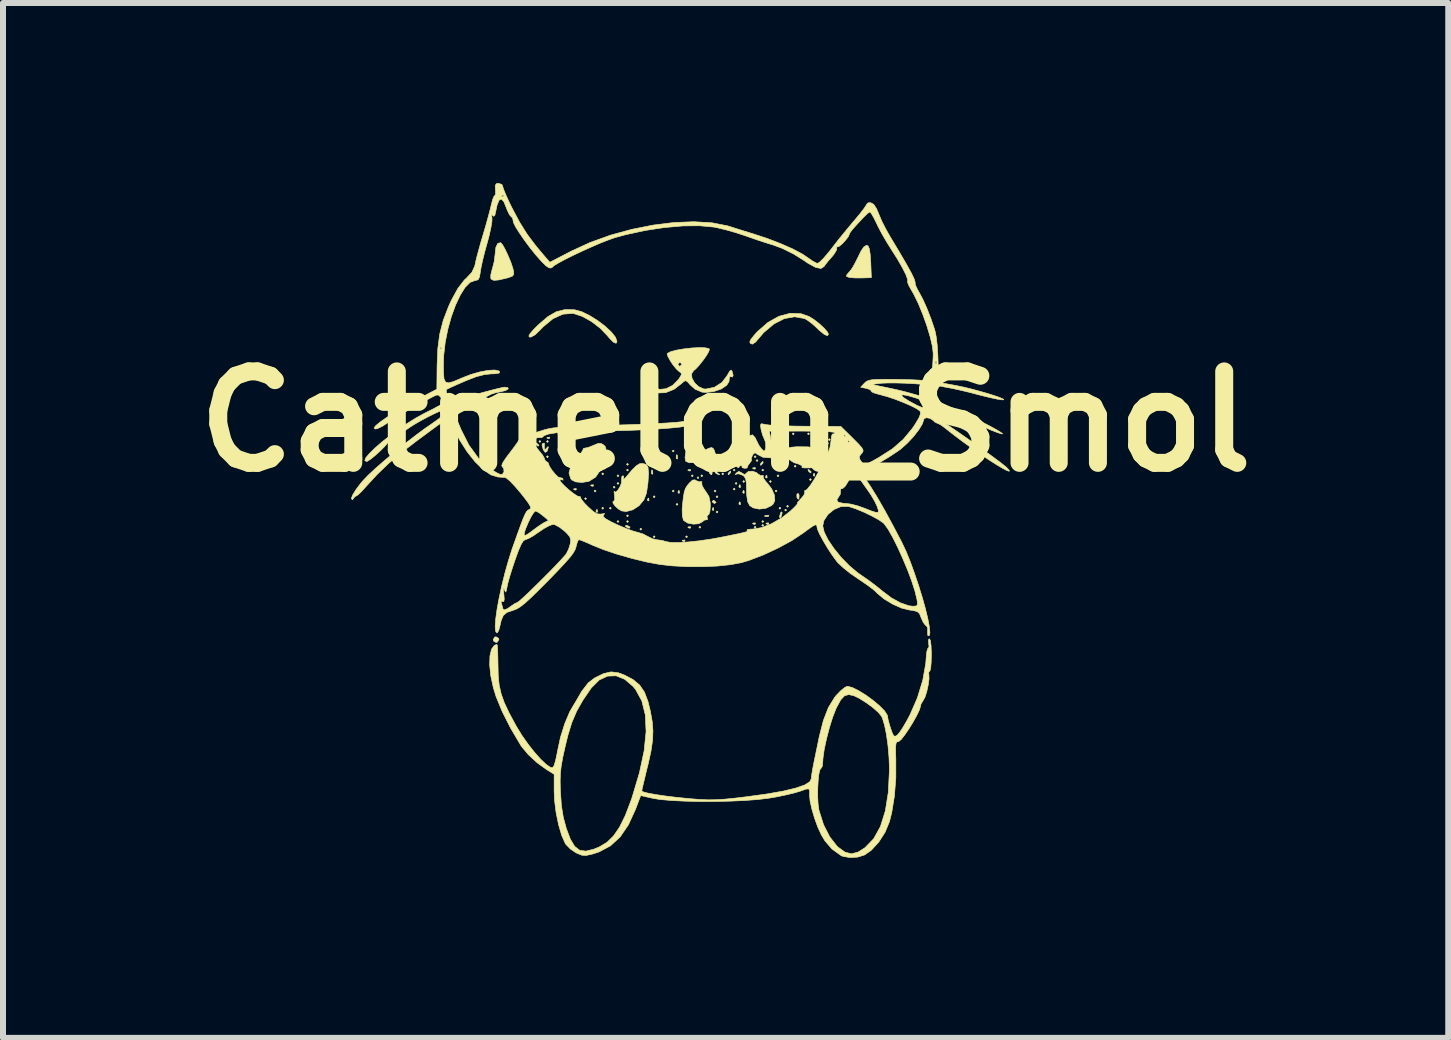
<source format=kicad_pcb>
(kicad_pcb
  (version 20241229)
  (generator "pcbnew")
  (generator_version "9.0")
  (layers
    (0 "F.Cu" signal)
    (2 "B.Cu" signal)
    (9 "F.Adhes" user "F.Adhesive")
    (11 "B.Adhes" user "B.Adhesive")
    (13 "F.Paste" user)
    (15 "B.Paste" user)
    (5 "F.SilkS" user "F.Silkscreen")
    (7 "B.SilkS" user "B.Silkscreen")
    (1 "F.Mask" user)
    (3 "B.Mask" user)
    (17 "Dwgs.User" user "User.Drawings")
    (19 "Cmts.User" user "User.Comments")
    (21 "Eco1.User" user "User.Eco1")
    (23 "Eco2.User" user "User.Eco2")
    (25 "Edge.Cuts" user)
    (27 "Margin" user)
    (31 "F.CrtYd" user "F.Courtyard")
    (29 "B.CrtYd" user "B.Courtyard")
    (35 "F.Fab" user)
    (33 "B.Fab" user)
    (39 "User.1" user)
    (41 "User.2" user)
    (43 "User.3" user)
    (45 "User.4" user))
  (footprint "Catmelon_Smol"
    (layer "F.Cu")
    (at 8.442 2.974)
    (property "Reference" "Catmelon_Smol" (at 0.6 1 0) (layer "F.SilkS") (effects (font (size 1.524 1.524) (thickness 0.3))))
    (attr through_hole)
    (fp_poly (pts (xy -2.48 1.333) (xy -2.496 1.349) (xy -2.511 1.333) (xy -2.496 1.317) (xy -2.48 1.333)) (stroke (width 0.01) (type solid)) (fill yes) (layer "F.SilkS"))
    (fp_poly (pts (xy -2.353 1.333) (xy -2.369 1.349) (xy -2.385 1.333) (xy -2.369 1.317) (xy -2.353 1.333)) (stroke (width 0.01) (type solid)) (fill yes) (layer "F.SilkS"))
    (fp_poly (pts (xy -2.353 1.587) (xy -2.369 1.603) (xy -2.385 1.587) (xy -2.369 1.571) (xy -2.353 1.587)) (stroke (width 0.01) (type solid)) (fill yes) (layer "F.SilkS"))
    (fp_poly (pts (xy -2.035 1.651) (xy -2.051 1.667) (xy -2.067 1.651) (xy -2.051 1.635) (xy -2.035 1.651)) (stroke (width 0.01) (type solid)) (fill yes) (layer "F.SilkS"))
    (fp_poly (pts (xy -2.003 1.714) (xy -2.019 1.73) (xy -2.035 1.714) (xy -2.019 1.698) (xy -2.003 1.714)) (stroke (width 0.01) (type solid)) (fill yes) (layer "F.SilkS"))
    (fp_poly (pts (xy -1.718 2.286) (xy -1.734 2.302) (xy -1.75 2.286) (xy -1.734 2.27) (xy -1.718 2.286)) (stroke (width 0.01) (type solid)) (fill yes) (layer "F.SilkS"))
    (fp_poly (pts (xy -1.559 2.159) (xy -1.575 2.175) (xy -1.591 2.159) (xy -1.575 2.143) (xy -1.559 2.159)) (stroke (width 0.01) (type solid)) (fill yes) (layer "F.SilkS"))
    (fp_poly (pts (xy -1.432 1.873) (xy -1.448 1.889) (xy -1.464 1.873) (xy -1.448 1.857) (xy -1.432 1.873)) (stroke (width 0.01) (type solid)) (fill yes) (layer "F.SilkS"))
    (fp_poly (pts (xy -1.432 2.445) (xy -1.448 2.461) (xy -1.464 2.445) (xy -1.448 2.429) (xy -1.432 2.445)) (stroke (width 0.01) (type solid)) (fill yes) (layer "F.SilkS"))
    (fp_poly (pts (xy -1.4 1.778) (xy -1.416 1.794) (xy -1.432 1.778) (xy -1.416 1.762) (xy -1.4 1.778)) (stroke (width 0.01) (type solid)) (fill yes) (layer "F.SilkS"))
    (fp_poly (pts (xy -1.305 1.683) (xy -1.321 1.698) (xy -1.337 1.683) (xy -1.321 1.667) (xy -1.305 1.683)) (stroke (width 0.01) (type solid)) (fill yes) (layer "F.SilkS"))
    (fp_poly (pts (xy -1.305 2.445) (xy -1.321 2.461) (xy -1.337 2.445) (xy -1.321 2.429) (xy -1.305 2.445)) (stroke (width 0.01) (type solid)) (fill yes) (layer "F.SilkS"))
    (fp_poly (pts (xy -1.242 2.095) (xy -1.257 2.111) (xy -1.273 2.095) (xy -1.257 2.079) (xy -1.242 2.095)) (stroke (width 0.01) (type solid)) (fill yes) (layer "F.SilkS"))
    (fp_poly (pts (xy -1.178 1.905) (xy -1.194 1.921) (xy -1.21 1.905) (xy -1.194 1.889) (xy -1.178 1.905)) (stroke (width 0.01) (type solid)) (fill yes) (layer "F.SilkS"))
    (fp_poly (pts (xy -1.178 2.032) (xy -1.194 2.048) (xy -1.21 2.032) (xy -1.194 2.016) (xy -1.178 2.032)) (stroke (width 0.01) (type solid)) (fill yes) (layer "F.SilkS"))
    (fp_poly (pts (xy -1.178 2.667) (xy -1.194 2.683) (xy -1.21 2.667) (xy -1.194 2.651) (xy -1.178 2.667)) (stroke (width 0.01) (type solid)) (fill yes) (layer "F.SilkS"))
    (fp_poly (pts (xy -1.019 1.714) (xy -1.035 1.73) (xy -1.051 1.714) (xy -1.035 1.698) (xy -1.019 1.714)) (stroke (width 0.01) (type solid)) (fill yes) (layer "F.SilkS"))
    (fp_poly (pts (xy -1.019 1.81) (xy -1.035 1.825) (xy -1.051 1.81) (xy -1.035 1.794) (xy -1.019 1.81)) (stroke (width 0.01) (type solid)) (fill yes) (layer "F.SilkS"))
    (fp_poly (pts (xy -1.019 2.572) (xy -1.035 2.587) (xy -1.051 2.572) (xy -1.035 2.556) (xy -1.019 2.572)) (stroke (width 0.01) (type solid)) (fill yes) (layer "F.SilkS"))
    (fp_poly (pts (xy -1.019 2.667) (xy -1.035 2.683) (xy -1.051 2.667) (xy -1.035 2.651) (xy -1.019 2.667)) (stroke (width 0.01) (type solid)) (fill yes) (layer "F.SilkS"))
    (fp_poly (pts (xy -0.797 2.794) (xy -0.813 2.81) (xy -0.829 2.794) (xy -0.813 2.778) (xy -0.797 2.794)) (stroke (width 0.01) (type solid)) (fill yes) (layer "F.SilkS"))
    (fp_poly (pts (xy -0.575 2.254) (xy -0.591 2.27) (xy -0.607 2.254) (xy -0.591 2.238) (xy -0.575 2.254)) (stroke (width 0.01) (type solid)) (fill yes) (layer "F.SilkS"))
    (fp_poly (pts (xy -0.575 2.921) (xy -0.591 2.937) (xy -0.607 2.921) (xy -0.591 2.905) (xy -0.575 2.921)) (stroke (width 0.01) (type solid)) (fill yes) (layer "F.SilkS"))
    (fp_poly (pts (xy -0.543 1.714) (xy -0.559 1.73) (xy -0.575 1.714) (xy -0.559 1.698) (xy -0.543 1.714)) (stroke (width 0.01) (type solid)) (fill yes) (layer "F.SilkS"))
    (fp_poly (pts (xy -0.257 1.492) (xy -0.273 1.508) (xy -0.289 1.492) (xy -0.273 1.476) (xy -0.257 1.492)) (stroke (width 0.01) (type solid)) (fill yes) (layer "F.SilkS"))
    (fp_poly (pts (xy -0.257 2.159) (xy -0.273 2.175) (xy -0.289 2.159) (xy -0.273 2.143) (xy -0.257 2.159)) (stroke (width 0.01) (type solid)) (fill yes) (layer "F.SilkS"))
    (fp_poly (pts (xy -0.194 2.381) (xy -0.21 2.397) (xy -0.226 2.381) (xy -0.21 2.365) (xy -0.194 2.381)) (stroke (width 0.01) (type solid)) (fill yes) (layer "F.SilkS"))
    (fp_poly (pts (xy -0.035 2.921) (xy -0.051 2.937) (xy -0.067 2.921) (xy -0.051 2.905) (xy -0.035 2.921)) (stroke (width 0.01) (type solid)) (fill yes) (layer "F.SilkS"))
    (fp_poly (pts (xy 0.06 1.905) (xy 0.044 1.921) (xy 0.029 1.905) (xy 0.044 1.889) (xy 0.06 1.905)) (stroke (width 0.01) (type solid)) (fill yes) (layer "F.SilkS"))
    (fp_poly (pts (xy 0.155 1.937) (xy 0.14 1.952) (xy 0.124 1.937) (xy 0.14 1.921) (xy 0.155 1.937)) (stroke (width 0.01) (type solid)) (fill yes) (layer "F.SilkS"))
    (fp_poly (pts (xy 0.187 2.762) (xy 0.171 2.778) (xy 0.155 2.762) (xy 0.171 2.746) (xy 0.187 2.762)) (stroke (width 0.01) (type solid)) (fill yes) (layer "F.SilkS"))
    (fp_poly (pts (xy 0.219 1.905) (xy 0.203 1.921) (xy 0.187 1.905) (xy 0.203 1.889) (xy 0.219 1.905)) (stroke (width 0.01) (type solid)) (fill yes) (layer "F.SilkS"))
    (fp_poly (pts (xy 0.441 2.159) (xy 0.425 2.175) (xy 0.409 2.159) (xy 0.425 2.143) (xy 0.441 2.159)) (stroke (width 0.01) (type solid)) (fill yes) (layer "F.SilkS"))
    (fp_poly (pts (xy 0.473 2.254) (xy 0.457 2.27) (xy 0.441 2.254) (xy 0.457 2.238) (xy 0.473 2.254)) (stroke (width 0.01) (type solid)) (fill yes) (layer "F.SilkS"))
    (fp_poly (pts (xy 0.473 2.508) (xy 0.457 2.524) (xy 0.441 2.508) (xy 0.457 2.492) (xy 0.473 2.508)) (stroke (width 0.01) (type solid)) (fill yes) (layer "F.SilkS"))
    (fp_poly (pts (xy 0.568 1.873) (xy 0.552 1.889) (xy 0.536 1.873) (xy 0.552 1.857) (xy 0.568 1.873)) (stroke (width 0.01) (type solid)) (fill yes) (layer "F.SilkS"))
    (fp_poly (pts (xy 0.632 1.81) (xy 0.616 1.825) (xy 0.6 1.81) (xy 0.616 1.794) (xy 0.632 1.81)) (stroke (width 0.01) (type solid)) (fill yes) (layer "F.SilkS"))
    (fp_poly (pts (xy 0.695 1.746) (xy 0.679 1.762) (xy 0.663 1.746) (xy 0.679 1.73) (xy 0.695 1.746)) (stroke (width 0.01) (type solid)) (fill yes) (layer "F.SilkS"))
    (fp_poly (pts (xy 0.759 1.81) (xy 0.743 1.825) (xy 0.727 1.81) (xy 0.743 1.794) (xy 0.759 1.81)) (stroke (width 0.01) (type solid)) (fill yes) (layer "F.SilkS"))
    (fp_poly (pts (xy 0.759 2.127) (xy 0.743 2.143) (xy 0.727 2.127) (xy 0.743 2.111) (xy 0.759 2.127)) (stroke (width 0.01) (type solid)) (fill yes) (layer "F.SilkS"))
    (fp_poly (pts (xy 0.79 2.032) (xy 0.775 2.048) (xy 0.759 2.032) (xy 0.775 2.016) (xy 0.79 2.032)) (stroke (width 0.01) (type solid)) (fill yes) (layer "F.SilkS"))
    (fp_poly (pts (xy 0.917 2) (xy 0.902 2.016) (xy 0.886 2) (xy 0.902 1.984) (xy 0.917 2)) (stroke (width 0.01) (type solid)) (fill yes) (layer "F.SilkS"))
    (fp_poly (pts (xy 1.108 1.587) (xy 1.092 1.603) (xy 1.076 1.587) (xy 1.092 1.571) (xy 1.108 1.587)) (stroke (width 0.01) (type solid)) (fill yes) (layer "F.SilkS"))
    (fp_poly (pts (xy 1.108 2.762) (xy 1.092 2.778) (xy 1.076 2.762) (xy 1.092 2.746) (xy 1.108 2.762)) (stroke (width 0.01) (type solid)) (fill yes) (layer "F.SilkS"))
    (fp_poly (pts (xy 1.14 1.651) (xy 1.124 1.667) (xy 1.108 1.651) (xy 1.124 1.635) (xy 1.14 1.651)) (stroke (width 0.01) (type solid)) (fill yes) (layer "F.SilkS"))
    (fp_poly (pts (xy 1.235 1.81) (xy 1.219 1.825) (xy 1.203 1.81) (xy 1.219 1.794) (xy 1.235 1.81)) (stroke (width 0.01) (type solid)) (fill yes) (layer "F.SilkS"))
    (fp_poly (pts (xy 1.235 2.667) (xy 1.219 2.683) (xy 1.203 2.667) (xy 1.219 2.651) (xy 1.235 2.667)) (stroke (width 0.01) (type solid)) (fill yes) (layer "F.SilkS"))
    (fp_poly (pts (xy 1.235 2.73) (xy 1.219 2.746) (xy 1.203 2.73) (xy 1.219 2.715) (xy 1.235 2.73)) (stroke (width 0.01) (type solid)) (fill yes) (layer "F.SilkS"))
    (fp_poly (pts (xy 1.362 2) (xy 1.346 2.016) (xy 1.33 2) (xy 1.346 1.984) (xy 1.362 2)) (stroke (width 0.01) (type solid)) (fill yes) (layer "F.SilkS"))
    (fp_poly (pts (xy 1.457 1.238) (xy 1.441 1.254) (xy 1.425 1.238) (xy 1.441 1.222) (xy 1.457 1.238)) (stroke (width 0.01) (type solid)) (fill yes) (layer "F.SilkS"))
    (fp_poly (pts (xy 1.457 1.492) (xy 1.441 1.508) (xy 1.425 1.492) (xy 1.441 1.476) (xy 1.457 1.492)) (stroke (width 0.01) (type solid)) (fill yes) (layer "F.SilkS"))
    (fp_poly (pts (xy 1.457 2.159) (xy 1.441 2.175) (xy 1.425 2.159) (xy 1.441 2.143) (xy 1.457 2.159)) (stroke (width 0.01) (type solid)) (fill yes) (layer "F.SilkS"))
    (fp_poly (pts (xy 1.489 1.905) (xy 1.473 1.921) (xy 1.457 1.905) (xy 1.473 1.889) (xy 1.489 1.905)) (stroke (width 0.01) (type solid)) (fill yes) (layer "F.SilkS"))
    (fp_poly (pts (xy 1.521 2.445) (xy 1.505 2.461) (xy 1.489 2.445) (xy 1.505 2.429) (xy 1.521 2.445)) (stroke (width 0.01) (type solid)) (fill yes) (layer "F.SilkS"))
    (fp_poly (pts (xy 1.616 2.476) (xy 1.6 2.492) (xy 1.584 2.476) (xy 1.6 2.461) (xy 1.616 2.476)) (stroke (width 0.01) (type solid)) (fill yes) (layer "F.SilkS"))
    (fp_poly (pts (xy 1.648 2.413) (xy 1.632 2.429) (xy 1.616 2.413) (xy 1.632 2.397) (xy 1.648 2.413)) (stroke (width 0.01) (type solid)) (fill yes) (layer "F.SilkS"))
    (fp_poly (pts (xy 1.743 1.206) (xy 1.727 1.222) (xy 1.711 1.206) (xy 1.727 1.19) (xy 1.743 1.206)) (stroke (width 0.01) (type solid)) (fill yes) (layer "F.SilkS"))
    (fp_poly (pts (xy 1.775 1.746) (xy 1.759 1.762) (xy 1.743 1.746) (xy 1.759 1.73) (xy 1.775 1.746)) (stroke (width 0.01) (type solid)) (fill yes) (layer "F.SilkS"))
    (fp_poly (pts (xy 1.997 1.206) (xy 1.981 1.222) (xy 1.965 1.206) (xy 1.981 1.19) (xy 1.997 1.206)) (stroke (width 0.01) (type solid)) (fill yes) (layer "F.SilkS"))
    (fp_poly (pts (xy 2.029 1.968) (xy 2.013 1.984) (xy 1.997 1.968) (xy 2.013 1.952) (xy 2.029 1.968)) (stroke (width 0.01) (type solid)) (fill yes) (layer "F.SilkS"))
    (fp_poly (pts (xy 2.283 1.302) (xy 2.267 1.317) (xy 2.251 1.302) (xy 2.267 1.286) (xy 2.283 1.302)) (stroke (width 0.01) (type solid)) (fill yes) (layer "F.SilkS"))
    (fp_poly (pts (xy 2.283 1.524) (xy 2.267 1.54) (xy 2.251 1.524) (xy 2.267 1.508) (xy 2.283 1.524)) (stroke (width 0.01) (type solid)) (fill yes) (layer "F.SilkS"))
    (fp_poly (pts (xy 2.314 1.365) (xy 2.299 1.381) (xy 2.283 1.365) (xy 2.299 1.349) (xy 2.314 1.365)) (stroke (width 0.01) (type solid)) (fill yes) (layer "F.SilkS"))
    (fp_poly (pts (xy 2.346 1.302) (xy 2.33 1.317) (xy 2.314 1.302) (xy 2.33 1.286) (xy 2.346 1.302)) (stroke (width 0.01) (type solid)) (fill yes) (layer "F.SilkS"))
    (fp_poly (pts (xy -2.332 1.265) (xy -2.336 1.283) (xy -2.353 1.286) (xy -2.379 1.274) (xy -2.374 1.265) (xy -2.336 1.261) (xy -2.332 1.265)) (stroke (width 0.01) (type solid)) (fill yes) (layer "F.SilkS"))
    (fp_poly (pts (xy -1.951 1.55) (xy -1.947 1.588) (xy -1.951 1.593) (xy -1.969 1.588) (xy -1.972 1.571) (xy -1.96 1.545) (xy -1.951 1.55)) (stroke (width 0.01) (type solid)) (fill yes) (layer "F.SilkS"))
    (fp_poly (pts (xy -1.887 2.122) (xy -1.891 2.141) (xy -1.908 2.143) (xy -1.934 2.131) (xy -1.929 2.122) (xy -1.892 2.118) (xy -1.887 2.122)) (stroke (width 0.01) (type solid)) (fill yes) (layer "F.SilkS"))
    (fp_poly (pts (xy -1.601 2.058) (xy -1.606 2.077) (xy -1.623 2.079) (xy -1.649 2.068) (xy -1.644 2.058) (xy -1.606 2.055) (xy -1.601 2.058)) (stroke (width 0.01) (type solid)) (fill yes) (layer "F.SilkS"))
    (fp_poly (pts (xy -1.538 2.471) (xy -1.534 2.509) (xy -1.538 2.513) (xy -1.557 2.509) (xy -1.559 2.492) (xy -1.547 2.466) (xy -1.538 2.471)) (stroke (width 0.01) (type solid)) (fill yes) (layer "F.SilkS"))
    (fp_poly (pts (xy -0.681 2.281) (xy -0.677 2.318) (xy -0.681 2.323) (xy -0.699 2.319) (xy -0.702 2.302) (xy -0.69 2.276) (xy -0.681 2.281)) (stroke (width 0.01) (type solid)) (fill yes) (layer "F.SilkS"))
    (fp_poly (pts (xy -0.617 1.82) (xy -0.613 1.869) (xy -0.619 1.88) (xy -0.633 1.871) (xy -0.636 1.839) (xy -0.628 1.805) (xy -0.617 1.82)) (stroke (width 0.01) (type solid)) (fill yes) (layer "F.SilkS"))
    (fp_poly (pts (xy -0.204 1.566) (xy -0.2 1.615) (xy -0.206 1.626) (xy -0.221 1.617) (xy -0.223 1.585) (xy -0.215 1.551) (xy -0.204 1.566)) (stroke (width 0.01) (type solid)) (fill yes) (layer "F.SilkS"))
    (fp_poly (pts (xy -0.173 2.154) (xy -0.169 2.191) (xy -0.173 2.196) (xy -0.191 2.192) (xy -0.194 2.175) (xy -0.182 2.149) (xy -0.173 2.154)) (stroke (width 0.01) (type solid)) (fill yes) (layer "F.SilkS"))
    (fp_poly (pts (xy -0.077 2.979) (xy -0.082 2.998) (xy -0.099 3) (xy -0.125 2.989) (xy -0.12 2.979) (xy -0.082 2.975) (xy -0.077 2.979)) (stroke (width 0.01) (type solid)) (fill yes) (layer "F.SilkS"))
    (fp_poly (pts (xy 0.018 1.804) (xy 0.014 1.823) (xy -0.003 1.825) (xy -0.029 1.814) (xy -0.024 1.804) (xy 0.013 1.801) (xy 0.018 1.804)) (stroke (width 0.01) (type solid)) (fill yes) (layer "F.SilkS"))
    (fp_poly (pts (xy 0.018 2.757) (xy 0.014 2.776) (xy -0.003 2.778) (xy -0.029 2.766) (xy -0.024 2.757) (xy 0.013 2.753) (xy 0.018 2.757)) (stroke (width 0.01) (type solid)) (fill yes) (layer "F.SilkS"))
    (fp_poly (pts (xy 0.272 1.614) (xy 0.276 1.652) (xy 0.272 1.656) (xy 0.253 1.652) (xy 0.251 1.635) (xy 0.262 1.609) (xy 0.272 1.614)) (stroke (width 0.01) (type solid)) (fill yes) (layer "F.SilkS"))
    (fp_poly (pts (xy 0.399 2.439) (xy 0.403 2.477) (xy 0.399 2.482) (xy 0.38 2.477) (xy 0.378 2.461) (xy 0.389 2.434) (xy 0.399 2.439)) (stroke (width 0.01) (type solid)) (fill yes) (layer "F.SilkS"))
    (fp_poly (pts (xy 0.843 2.058) (xy 0.847 2.096) (xy 0.843 2.101) (xy 0.825 2.096) (xy 0.822 2.079) (xy 0.834 2.053) (xy 0.843 2.058)) (stroke (width 0.01) (type solid)) (fill yes) (layer "F.SilkS"))
    (fp_poly (pts (xy 0.843 2.344) (xy 0.847 2.382) (xy 0.843 2.386) (xy 0.825 2.382) (xy 0.822 2.365) (xy 0.834 2.339) (xy 0.843 2.344)) (stroke (width 0.01) (type solid)) (fill yes) (layer "F.SilkS"))
    (fp_poly (pts (xy 0.907 2.154) (xy 0.911 2.191) (xy 0.907 2.196) (xy 0.888 2.192) (xy 0.886 2.175) (xy 0.897 2.149) (xy 0.907 2.154)) (stroke (width 0.01) (type solid)) (fill yes) (layer "F.SilkS"))
    (fp_poly (pts (xy 1.097 1.773) (xy 1.093 1.791) (xy 1.076 1.794) (xy 1.05 1.782) (xy 1.055 1.773) (xy 1.093 1.769) (xy 1.097 1.773)) (stroke (width 0.01) (type solid)) (fill yes) (layer "F.SilkS"))
    (fp_poly (pts (xy 1.097 2.693) (xy 1.093 2.712) (xy 1.076 2.715) (xy 1.05 2.703) (xy 1.055 2.693) (xy 1.093 2.69) (xy 1.097 2.693)) (stroke (width 0.01) (type solid)) (fill yes) (layer "F.SilkS"))
    (fp_poly (pts (xy 1.288 1.9) (xy 1.292 1.937) (xy 1.288 1.942) (xy 1.269 1.938) (xy 1.267 1.921) (xy 1.278 1.895) (xy 1.288 1.9)) (stroke (width 0.01) (type solid)) (fill yes) (layer "F.SilkS"))
    (fp_poly (pts (xy 1.32 2.693) (xy 1.315 2.712) (xy 1.298 2.715) (xy 1.272 2.703) (xy 1.277 2.693) (xy 1.315 2.69) (xy 1.32 2.693)) (stroke (width 0.01) (type solid)) (fill yes) (layer "F.SilkS"))
    (fp_poly (pts (xy 1.322 2.568) (xy 1.312 2.583) (xy 1.28 2.585) (xy 1.246 2.577) (xy 1.261 2.566) (xy 1.31 2.562) (xy 1.322 2.568)) (stroke (width 0.01) (type solid)) (fill yes) (layer "F.SilkS"))
    (fp_poly (pts (xy 1.605 1.201) (xy 1.601 1.22) (xy 1.584 1.222) (xy 1.558 1.211) (xy 1.563 1.201) (xy 1.601 1.197) (xy 1.605 1.201)) (stroke (width 0.01) (type solid)) (fill yes) (layer "F.SilkS"))
    (fp_poly (pts (xy 2.082 1.868) (xy 2.085 1.906) (xy 2.082 1.91) (xy 2.063 1.906) (xy 2.061 1.889) (xy 2.072 1.863) (xy 2.082 1.868)) (stroke (width 0.01) (type solid)) (fill yes) (layer "F.SilkS"))
    (fp_poly (pts (xy -2.548 1.362) (xy -2.514 1.392) (xy -2.511 1.399) (xy -2.527 1.412) (xy -2.558 1.383) (xy -2.562 1.376) (xy -2.566 1.354) (xy -2.548 1.362)) (stroke (width 0.01) (type solid)) (fill yes) (layer "F.SilkS"))
    (fp_poly (pts (xy -1.037 2.734) (xy -0.992 2.76) (xy -1 2.776) (xy -1.017 2.778) (xy -1.06 2.755) (xy -1.067 2.747) (xy -1.062 2.729) (xy -1.037 2.734)) (stroke (width 0.01) (type solid)) (fill yes) (layer "F.SilkS"))
    (fp_poly (pts (xy 0.214 1.68) (xy 0.248 1.712) (xy 0.241 1.73) (xy 0.237 1.73) (xy 0.21 1.708) (xy 0.2 1.694) (xy 0.196 1.672) (xy 0.214 1.68)) (stroke (width 0.01) (type solid)) (fill yes) (layer "F.SilkS"))
    (fp_poly (pts (xy 1.421 1.362) (xy 1.454 1.392) (xy 1.457 1.399) (xy 1.442 1.412) (xy 1.411 1.383) (xy 1.407 1.376) (xy 1.403 1.354) (xy 1.421 1.362)) (stroke (width 0.01) (type solid)) (fill yes) (layer "F.SilkS"))
    (fp_poly (pts (xy 1.819 2.205) (xy 1.825 2.239) (xy 1.821 2.294) (xy 1.805 2.29) (xy 1.789 2.267) (xy 1.787 2.217) (xy 1.796 2.204) (xy 1.819 2.205)) (stroke (width 0.01) (type solid)) (fill yes) (layer "F.SilkS"))
    (fp_poly (pts (xy 1.992 1.807) (xy 2.026 1.839) (xy 2.019 1.857) (xy 2.015 1.857) (xy 1.988 1.835) (xy 1.978 1.821) (xy 1.974 1.799) (xy 1.992 1.807)) (stroke (width 0.01) (type solid)) (fill yes) (layer "F.SilkS"))
    (fp_poly (pts (xy -3.184 4.613) (xy -3.178 4.635) (xy -3.204 4.677) (xy -3.226 4.683) (xy -3.268 4.658) (xy -3.273 4.635) (xy -3.248 4.593) (xy -3.226 4.588) (xy -3.184 4.613)) (stroke (width 0.01) (type solid)) (fill yes) (layer "F.SilkS"))
    (fp_poly (pts (xy 0.376 1.849) (xy 0.378 1.857) (xy 0.367 1.888) (xy 0.364 1.889) (xy 0.337 1.867) (xy 0.33 1.857) (xy 0.333 1.828) (xy 0.344 1.825) (xy 0.376 1.849)) (stroke (width 0.01) (type solid)) (fill yes) (layer "F.SilkS"))
    (fp_poly (pts (xy 0.409 2.318) (xy 0.44 2.346) (xy 0.441 2.351) (xy 0.417 2.365) (xy 0.409 2.365) (xy 0.379 2.341) (xy 0.378 2.332) (xy 0.397 2.313) (xy 0.409 2.318)) (stroke (width 0.01) (type solid)) (fill yes) (layer "F.SilkS"))
    (fp_poly (pts (xy 0.685 1.846) (xy 0.679 1.857) (xy 0.649 1.888) (xy 0.644 1.889) (xy 0.642 1.868) (xy 0.648 1.857) (xy 0.678 1.827) (xy 0.683 1.825) (xy 0.685 1.846)) (stroke (width 0.01) (type solid)) (fill yes) (layer "F.SilkS"))
    (fp_poly (pts (xy 1.225 1.687) (xy 1.219 1.698) (xy 1.189 1.729) (xy 1.184 1.73) (xy 1.181 1.71) (xy 1.187 1.698) (xy 1.217 1.668) (xy 1.223 1.667) (xy 1.225 1.687)) (stroke (width 0.01) (type solid)) (fill yes) (layer "F.SilkS"))
    (fp_poly (pts (xy 1.541 2.513) (xy 1.54 2.536) (xy 1.523 2.592) (xy 1.513 2.605) (xy 1.5 2.598) (xy 1.501 2.575) (xy 1.519 2.519) (xy 1.528 2.506) (xy 1.541 2.513)) (stroke (width 0.01) (type solid)) (fill yes) (layer "F.SilkS"))
    (fp_poly (pts (xy -2.419 1.371) (xy -2.421 1.424) (xy -2.42 1.444) (xy -2.412 1.476) (xy -2.39 1.452) (xy -2.385 1.444) (xy -2.359 1.419) (xy -2.354 1.429) (xy -2.369 1.482) (xy -2.379 1.501) (xy -2.406 1.515) (xy -2.437 1.472) (xy -2.441 1.462) (xy -2.46 1.391) (xy -2.446 1.364) (xy -2.42 1.362) (xy -2.419 1.371)) (stroke (width 0.01) (type solid)) (fill yes) (layer "F.SilkS"))
    (fp_poly (pts (xy 2.976 -1.923) (xy 2.995 -1.877) (xy 3.009 -1.79) (xy 3.019 -1.653) (xy 3.024 -1.524) (xy 3.029 -1.397) (xy 2.87 -1.392) (xy 2.765 -1.392) (xy 2.679 -1.398) (xy 2.653 -1.403) (xy 2.615 -1.418) (xy 2.619 -1.443) (xy 2.656 -1.487) (xy 2.69 -1.527) (xy 2.721 -1.574) (xy 2.759 -1.642) (xy 2.81 -1.744) (xy 2.858 -1.842) (xy 2.902 -1.907) (xy 2.948 -1.937) (xy 2.951 -1.937) (xy 2.976 -1.923)) (stroke (width 0.01) (type solid)) (fill yes) (layer "F.SilkS"))
    (fp_poly (pts (xy -3.148 -1.98) (xy -3.117 -1.945) (xy -3.074 -1.868) (xy -3.026 -1.766) (xy -2.98 -1.656) (xy -2.946 -1.555) (xy -2.934 -1.505) (xy -2.93 -1.453) (xy -2.954 -1.421) (xy -3.021 -1.397) (xy -3.062 -1.386) (xy -3.185 -1.358) (xy -3.261 -1.352) (xy -3.301 -1.367) (xy -3.314 -1.389) (xy -3.313 -1.443) (xy -3.293 -1.526) (xy -3.285 -1.552) (xy -3.256 -1.665) (xy -3.242 -1.778) (xy -3.241 -1.79) (xy -3.229 -1.901) (xy -3.197 -1.967) (xy -3.15 -1.98) (xy -3.148 -1.98)) (stroke (width 0.01) (type solid)) (fill yes) (layer "F.SilkS"))
    (fp_poly (pts (xy -1.468 1.369) (xy -1.438 1.387) (xy -1.407 1.415) (xy -1.395 1.452) (xy -1.4 1.516) (xy -1.422 1.621) (xy -1.482 1.803) (xy -1.567 1.928) (xy -1.679 1.998) (xy -1.794 2.016) (xy -1.897 2.007) (xy -1.96 1.976) (xy -1.983 1.949) (xy -2.01 1.858) (xy -1.979 1.747) (xy -1.892 1.62) (xy -1.862 1.586) (xy -1.805 1.519) (xy -1.776 1.472) (xy -1.775 1.461) (xy -1.765 1.447) (xy -1.744 1.444) (xy -1.684 1.431) (xy -1.603 1.398) (xy -1.596 1.395) (xy -1.52 1.364) (xy -1.468 1.369)) (stroke (width 0.01) (type solid)) (fill yes) (layer "F.SilkS"))
    (fp_poly (pts (xy 1.857 -0.796) (xy 1.992 -0.749) (xy 2.075 -0.697) (xy 2.164 -0.627) (xy 2.244 -0.553) (xy 2.299 -0.489) (xy 2.314 -0.454) (xy 2.296 -0.429) (xy 2.243 -0.452) (xy 2.157 -0.523) (xy 2.123 -0.557) (xy 2.037 -0.634) (xy 1.954 -0.695) (xy 1.914 -0.716) (xy 1.75 -0.745) (xy 1.579 -0.715) (xy 1.406 -0.626) (xy 1.235 -0.482) (xy 1.098 -0.322) (xy 1.047 -0.289) (xy 1.016 -0.299) (xy 1.002 -0.324) (xy 1.022 -0.369) (xy 1.081 -0.443) (xy 1.127 -0.494) (xy 1.303 -0.649) (xy 1.488 -0.753) (xy 1.676 -0.803) (xy 1.857 -0.796)) (stroke (width 0.01) (type solid)) (fill yes) (layer "F.SilkS"))
    (fp_poly (pts (xy -1.918 -0.862) (xy -1.909 -0.86) (xy -1.797 -0.829) (xy -1.669 -0.767) (xy -1.536 -0.684) (xy -1.411 -0.59) (xy -1.307 -0.494) (xy -1.236 -0.405) (xy -1.21 -0.335) (xy -1.225 -0.303) (xy -1.27 -0.322) (xy -1.339 -0.392) (xy -1.365 -0.424) (xy -1.488 -0.553) (xy -1.635 -0.666) (xy -1.789 -0.752) (xy -1.93 -0.798) (xy -1.952 -0.801) (xy -2.113 -0.788) (xy -2.278 -0.712) (xy -2.445 -0.574) (xy -2.492 -0.524) (xy -2.577 -0.443) (xy -2.644 -0.407) (xy -2.664 -0.406) (xy -2.68 -0.423) (xy -2.659 -0.463) (xy -2.599 -0.533) (xy -2.518 -0.613) (xy -2.363 -0.747) (xy -2.221 -0.829) (xy -2.078 -0.865) (xy -1.918 -0.862)) (stroke (width 0.01) (type solid)) (fill yes) (layer "F.SilkS"))
    (fp_poly (pts (xy 0.108 1.985) (xy 0.162 2.006) (xy 0.185 2.001) (xy 0.206 2.004) (xy 0.202 2.024) (xy 0.21 2.074) (xy 0.252 2.143) (xy 0.266 2.161) (xy 0.322 2.248) (xy 0.344 2.351) (xy 0.346 2.405) (xy 0.339 2.499) (xy 0.321 2.55) (xy 0.311 2.556) (xy 0.29 2.579) (xy 0.295 2.605) (xy 0.298 2.638) (xy 0.286 2.637) (xy 0.246 2.644) (xy 0.218 2.668) (xy 0.153 2.704) (xy 0.061 2.711) (xy -0.032 2.693) (xy -0.097 2.651) (xy -0.105 2.639) (xy -0.121 2.57) (xy -0.124 2.463) (xy -0.119 2.4) (xy -0.104 2.265) (xy -0.089 2.177) (xy -0.07 2.117) (xy -0.04 2.069) (xy -0.008 2.03) (xy 0.048 1.977) (xy 0.089 1.972) (xy 0.108 1.985)) (stroke (width 0.01) (type solid)) (fill yes) (layer "F.SilkS"))
    (fp_poly (pts (xy -0.721 1.717) (xy -0.693 1.761) (xy -0.684 1.862) (xy -0.693 2.014) (xy -0.718 2.193) (xy -0.762 2.307) (xy -0.843 2.404) (xy -0.947 2.472) (xy -1.056 2.501) (xy -1.133 2.49) (xy -1.187 2.458) (xy -1.239 2.411) (xy -1.274 2.365) (xy -1.279 2.337) (xy -1.269 2.333) (xy -1.247 2.306) (xy -1.251 2.23) (xy -1.259 2.173) (xy -1.254 2.164) (xy -1.252 2.169) (xy -1.228 2.177) (xy -1.194 2.143) (xy -1.159 2.086) (xy -1.135 2.024) (xy -1.133 1.974) (xy -1.133 1.972) (xy -1.13 1.921) (xy -1.117 1.906) (xy -1.096 1.91) (xy -1.102 1.943) (xy -1.103 1.968) (xy -1.072 1.941) (xy -1.054 1.921) (xy -0.958 1.807) (xy -0.887 1.737) (xy -0.832 1.704) (xy -0.779 1.7) (xy -0.721 1.717)) (stroke (width 0.01) (type solid)) (fill yes) (layer "F.SilkS"))
    (fp_poly (pts (xy 1.115 1.852) (xy 1.139 1.873) (xy 1.186 1.903) (xy 1.212 1.9) (xy 1.23 1.899) (xy 1.225 1.911) (xy 1.234 1.951) (xy 1.278 2.011) (xy 1.299 2.033) (xy 1.367 2.121) (xy 1.411 2.22) (xy 1.414 2.233) (xy 1.42 2.318) (xy 1.394 2.374) (xy 1.363 2.403) (xy 1.27 2.447) (xy 1.16 2.46) (xy 1.058 2.439) (xy 1.002 2.402) (xy 0.968 2.338) (xy 0.952 2.23) (xy 0.949 2.14) (xy 0.946 2.024) (xy 0.933 1.953) (xy 0.906 1.912) (xy 0.884 1.896) (xy 0.82 1.872) (xy 0.781 1.877) (xy 0.759 1.885) (xy 0.781 1.857) (xy 0.821 1.832) (xy 0.869 1.856) (xy 0.874 1.86) (xy 0.919 1.887) (xy 0.941 1.866) (xy 0.941 1.865) (xy 0.98 1.833) (xy 1.048 1.828) (xy 1.115 1.852)) (stroke (width 0.01) (type solid)) (fill yes) (layer "F.SilkS"))
    (fp_poly (pts (xy 0.262 -0.228) (xy 0.322 -0.214) (xy 0.33 -0.206) (xy 0.321 -0.169) (xy 0.282 -0.1) (xy 0.223 -0.017) (xy 0.158 0.065) (xy 0.097 0.129) (xy 0.068 0.152) (xy 0.032 0.206) (xy 0.04 0.278) (xy 0.082 0.354) (xy 0.149 0.418) (xy 0.231 0.456) (xy 0.268 0.46) (xy 0.414 0.43) (xy 0.54 0.349) (xy 0.626 0.235) (xy 0.668 0.161) (xy 0.694 0.143) (xy 0.707 0.161) (xy 0.726 0.231) (xy 0.714 0.26) (xy 0.695 0.254) (xy 0.666 0.256) (xy 0.663 0.268) (xy 0.657 0.334) (xy 0.627 0.384) (xy 0.613 0.4) (xy 0.528 0.458) (xy 0.408 0.499) (xy 0.28 0.516) (xy 0.208 0.511) (xy 0.092 0.462) (xy 0.016 0.395) (xy -0.038 0.335) (xy -0.072 0.319) (xy -0.107 0.342) (xy -0.123 0.358) (xy -0.259 0.464) (xy -0.4 0.52) (xy -0.534 0.525) (xy -0.652 0.476) (xy -0.687 0.446) (xy -0.748 0.367) (xy -0.76 0.289) (xy -0.726 0.191) (xy -0.717 0.173) (xy -0.669 0.099) (xy -0.637 0.085) (xy -0.623 0.131) (xy -0.627 0.231) (xy -0.633 0.335) (xy -0.618 0.398) (xy -0.594 0.426) (xy -0.501 0.465) (xy -0.392 0.454) (xy -0.282 0.398) (xy -0.186 0.301) (xy -0.172 0.282) (xy -0.138 0.223) (xy -0.14 0.192) (xy -0.173 0.169) (xy -0.218 0.128) (xy -0.273 0.06) (xy -0.282 0.048) (xy -0.194 0.048) (xy -0.17 0.078) (xy -0.162 0.079) (xy -0.131 0.055) (xy -0.13 0.048) (xy -0.154 0.017) (xy -0.162 0.016) (xy -0.193 0.04) (xy -0.194 0.048) (xy -0.282 0.048) (xy -0.326 -0.018) (xy -0.363 -0.088) (xy -0.374 -0.13) (xy -0.372 -0.134) (xy -0.316 -0.163) (xy -0.218 -0.189) (xy -0.095 -0.21) (xy 0.037 -0.225) (xy 0.162 -0.232) (xy 0.262 -0.228)) (stroke (width 0.01) (type solid)) (fill yes) (layer "F.SilkS"))
    (fp_poly (pts (xy 4.013 4.65) (xy 4.024 4.733) (xy 4.029 4.86) (xy 4.029 4.889) (xy 4.026 5.011) (xy 4.018 5.105) (xy 4.006 5.155) (xy 4 5.159) (xy 3.984 5.184) (xy 3.988 5.222) (xy 3.99 5.292) (xy 3.976 5.394) (xy 3.952 5.503) (xy 3.922 5.596) (xy 3.891 5.651) (xy 3.891 5.651) (xy 3.856 5.709) (xy 3.85 5.739) (xy 3.831 5.804) (xy 3.786 5.898) (xy 3.725 6.009) (xy 3.655 6.122) (xy 3.586 6.223) (xy 3.527 6.298) (xy 3.486 6.333) (xy 3.481 6.334) (xy 3.455 6.34) (xy 3.44 6.366) (xy 3.433 6.425) (xy 3.434 6.526) (xy 3.437 6.628) (xy 3.437 6.939) (xy 3.413 7.243) (xy 3.368 7.521) (xy 3.33 7.67) (xy 3.258 7.845) (xy 3.152 8.01) (xy 3.028 8.145) (xy 2.916 8.224) (xy 2.801 8.26) (xy 2.67 8.267) (xy 2.552 8.246) (xy 2.518 8.23) (xy 2.371 8.123) (xy 2.255 7.988) (xy 2.195 7.887) (xy 2.138 7.764) (xy 2.084 7.616) (xy 2.039 7.464) (xy 2.008 7.326) (xy 2.002 7.26) (xy 2.135 7.26) (xy 2.142 7.383) (xy 2.156 7.48) (xy 2.157 7.482) (xy 2.232 7.719) (xy 2.335 7.921) (xy 2.457 8.077) (xy 2.474 8.093) (xy 2.59 8.177) (xy 2.697 8.205) (xy 2.808 8.176) (xy 2.923 8.103) (xy 3.068 7.953) (xy 3.181 7.749) (xy 3.262 7.49) (xy 3.312 7.178) (xy 3.33 6.811) (xy 3.33 6.775) (xy 3.323 6.592) (xy 3.306 6.401) (xy 3.281 6.219) (xy 3.249 6.062) (xy 3.214 5.946) (xy 3.201 5.916) (xy 3.147 5.85) (xy 3.055 5.768) (xy 2.942 5.685) (xy 2.827 5.613) (xy 2.738 5.57) (xy 2.652 5.551) (xy 2.582 5.571) (xy 2.519 5.638) (xy 2.453 5.759) (xy 2.439 5.788) (xy 2.384 5.929) (xy 2.33 6.102) (xy 2.282 6.287) (xy 2.244 6.463) (xy 2.223 6.611) (xy 2.219 6.674) (xy 2.212 6.745) (xy 2.193 6.778) (xy 2.19 6.779) (xy 2.17 6.808) (xy 2.153 6.885) (xy 2.142 6.997) (xy 2.135 7.127) (xy 2.135 7.26) (xy 2.002 7.26) (xy 1.998 7.224) (xy 1.999 7.213) (xy 2.001 7.149) (xy 1.984 7.122) (xy 1.937 7.127) (xy 1.843 7.161) (xy 1.842 7.161) (xy 1.746 7.19) (xy 1.608 7.223) (xy 1.448 7.256) (xy 1.326 7.277) (xy 1.146 7.299) (xy 0.925 7.316) (xy 0.679 7.327) (xy 0.42 7.333) (xy 0.16 7.333) (xy -0.086 7.327) (xy -0.307 7.316) (xy -0.489 7.3) (xy -0.607 7.281) (xy -0.815 7.234) (xy -0.902 7.465) (xy -1.02 7.722) (xy -1.157 7.923) (xy -1.319 8.072) (xy -1.511 8.174) (xy -1.626 8.211) (xy -1.725 8.232) (xy -1.797 8.228) (xy -1.877 8.195) (xy -1.896 8.186) (xy -1.988 8.123) (xy -2.061 8.048) (xy -2.073 8.03) (xy -2.132 7.896) (xy -2.184 7.718) (xy -2.225 7.517) (xy -2.251 7.31) (xy -2.257 7.156) (xy -2.257 6.99) (xy -2.157 6.99) (xy -2.154 7.14) (xy -2.152 7.175) (xy -2.136 7.403) (xy -2.105 7.595) (xy -2.056 7.777) (xy -2.055 7.781) (xy -1.987 7.961) (xy -1.915 8.081) (xy -1.831 8.146) (xy -1.727 8.16) (xy -1.595 8.127) (xy -1.501 8.088) (xy -1.376 8.013) (xy -1.267 7.906) (xy -1.167 7.76) (xy -1.072 7.568) (xy -0.978 7.321) (xy -0.959 7.267) (xy -0.836 6.856) (xy -0.758 6.49) (xy -0.725 6.168) (xy -0.738 5.89) (xy -0.796 5.656) (xy -0.9 5.466) (xy -0.94 5.417) (xy -1.081 5.296) (xy -1.225 5.238) (xy -1.368 5.243) (xy -1.507 5.309) (xy -1.636 5.438) (xy -1.649 5.456) (xy -1.781 5.649) (xy -1.882 5.828) (xy -1.962 6.015) (xy -2.028 6.23) (xy -2.072 6.41) (xy -2.113 6.594) (xy -2.139 6.738) (xy -2.153 6.863) (xy -2.157 6.99) (xy -2.257 6.99) (xy -2.257 6.879) (xy -2.377 6.805) (xy -2.537 6.69) (xy -2.684 6.555) (xy -2.798 6.42) (xy -2.815 6.394) (xy -2.984 6.108) (xy -3.123 5.833) (xy -3.226 5.582) (xy -3.271 5.435) (xy -3.314 5.234) (xy -3.332 5.055) (xy -3.327 4.905) (xy -3.301 4.794) (xy -3.252 4.729) (xy -3.21 4.715) (xy -3.203 4.745) (xy -3.198 4.825) (xy -3.195 4.942) (xy -3.193 5.056) (xy -3.189 5.239) (xy -3.173 5.394) (xy -3.141 5.537) (xy -3.089 5.684) (xy -3.011 5.85) (xy -2.903 6.051) (xy -2.887 6.08) (xy -2.796 6.229) (xy -2.693 6.375) (xy -2.586 6.511) (xy -2.483 6.627) (xy -2.391 6.714) (xy -2.319 6.764) (xy -2.28 6.77) (xy -2.259 6.736) (xy -2.234 6.654) (xy -2.21 6.541) (xy -2.204 6.507) (xy -2.152 6.264) (xy -2.08 6.034) (xy -1.997 5.838) (xy -1.954 5.763) (xy -1.896 5.666) (xy -1.829 5.551) (xy -1.801 5.501) (xy -1.689 5.356) (xy -1.582 5.274) (xy -1.433 5.201) (xy -1.308 5.173) (xy -1.187 5.188) (xy -1.093 5.222) (xy -0.943 5.3) (xy -0.833 5.392) (xy -0.753 5.509) (xy -0.693 5.667) (xy -0.654 5.827) (xy -0.623 6) (xy -0.611 6.156) (xy -0.617 6.313) (xy -0.643 6.491) (xy -0.69 6.706) (xy -0.702 6.752) (xy -0.738 6.9) (xy -0.768 7.025) (xy -0.789 7.115) (xy -0.797 7.156) (xy -0.797 7.157) (xy -0.767 7.175) (xy -0.683 7.196) (xy -0.554 7.219) (xy -0.389 7.243) (xy -0.199 7.266) (xy 0.009 7.286) (xy 0.017 7.287) (xy 0.174 7.299) (xy 0.31 7.305) (xy 0.442 7.303) (xy 0.588 7.294) (xy 0.765 7.276) (xy 0.947 7.254) (xy 1.285 7.208) (xy 1.559 7.16) (xy 1.77 7.109) (xy 1.919 7.057) (xy 2.004 7.003) (xy 2.028 6.953) (xy 2.034 6.892) (xy 2.051 6.79) (xy 2.075 6.667) (xy 2.078 6.652) (xy 2.108 6.508) (xy 2.138 6.364) (xy 2.16 6.255) (xy 2.229 5.984) (xy 2.313 5.767) (xy 2.417 5.598) (xy 2.444 5.564) (xy 2.521 5.485) (xy 2.59 5.43) (xy 2.63 5.413) (xy 2.71 5.433) (xy 2.816 5.485) (xy 2.936 5.559) (xy 3.057 5.647) (xy 3.165 5.738) (xy 3.249 5.823) (xy 3.294 5.893) (xy 3.299 5.914) (xy 3.308 5.967) (xy 3.332 6.056) (xy 3.35 6.113) (xy 3.382 6.203) (xy 3.407 6.243) (xy 3.436 6.243) (xy 3.461 6.227) (xy 3.5 6.182) (xy 3.558 6.094) (xy 3.626 5.977) (xy 3.674 5.886) (xy 3.796 5.606) (xy 3.886 5.312) (xy 3.936 5.029) (xy 3.944 4.922) (xy 3.953 4.837) (xy 3.968 4.785) (xy 3.977 4.778) (xy 3.99 4.752) (xy 3.984 4.699) (xy 3.98 4.639) (xy 3.997 4.62) (xy 4.013 4.65)) (stroke (width 0.01) (type solid)) (fill yes) (layer "F.SilkS"))
    (fp_poly (pts (xy -3.127 -2.949) (xy -3.115 -2.919) (xy -3.101 -2.872) (xy -3.064 -2.781) (xy -3.01 -2.662) (xy -2.953 -2.546) (xy -2.831 -2.318) (xy -2.707 -2.12) (xy -2.561 -1.926) (xy -2.438 -1.779) (xy -2.329 -1.653) (xy -1.977 -1.836) (xy -1.66 -1.982) (xy -1.318 -2.105) (xy -0.964 -2.202) (xy -0.607 -2.273) (xy -0.258 -2.316) (xy 0.072 -2.329) (xy 0.374 -2.311) (xy 0.635 -2.26) (xy 0.695 -2.241) (xy 0.761 -2.22) (xy 0.868 -2.186) (xy 0.999 -2.146) (xy 1.06 -2.127) (xy 1.297 -2.049) (xy 1.52 -1.963) (xy 1.718 -1.876) (xy 1.877 -1.792) (xy 1.971 -1.729) (xy 2.05 -1.673) (xy 2.115 -1.639) (xy 2.134 -1.635) (xy 2.171 -1.659) (xy 2.235 -1.723) (xy 2.315 -1.817) (xy 2.366 -1.881) (xy 2.478 -2.026) (xy 2.608 -2.185) (xy 2.729 -2.331) (xy 2.751 -2.356) (xy 2.837 -2.459) (xy 2.904 -2.546) (xy 2.943 -2.604) (xy 2.95 -2.62) (xy 2.976 -2.644) (xy 3.018 -2.646) (xy 3.068 -2.619) (xy 3.114 -2.549) (xy 3.151 -2.461) (xy 3.202 -2.341) (xy 3.273 -2.201) (xy 3.342 -2.08) (xy 3.495 -1.825) (xy 3.614 -1.621) (xy 3.698 -1.469) (xy 3.746 -1.368) (xy 3.759 -1.319) (xy 3.758 -1.317) (xy 3.763 -1.275) (xy 3.796 -1.203) (xy 3.816 -1.168) (xy 3.882 -1.047) (xy 3.954 -0.887) (xy 4.023 -0.71) (xy 4.081 -0.54) (xy 4.094 -0.492) (xy 4.112 -0.4) (xy 4.127 -0.265) (xy 4.137 -0.108) (xy 4.141 -0.001) (xy 4.149 0.348) (xy 4.446 0.402) (xy 4.566 0.427) (xy 4.699 0.459) (xy 4.835 0.496) (xy 4.965 0.533) (xy 5.08 0.57) (xy 5.17 0.601) (xy 5.225 0.625) (xy 5.236 0.638) (xy 5.204 0.639) (xy 5.124 0.627) (xy 5.004 0.601) (xy 4.863 0.567) (xy 4.791 0.548) (xy 4.645 0.51) (xy 4.506 0.477) (xy 4.397 0.453) (xy 4.362 0.446) (xy 4.267 0.429) (xy 4.193 0.413) (xy 4.183 0.41) (xy 4.139 0.418) (xy 4.103 0.479) (xy 4.092 0.509) (xy 4.071 0.585) (xy 4.064 0.63) (xy 4.066 0.634) (xy 4.098 0.65) (xy 4.173 0.684) (xy 4.267 0.724) (xy 4.41 0.787) (xy 4.563 0.858) (xy 4.718 0.932) (xy 4.866 1.005) (xy 4.999 1.074) (xy 5.107 1.133) (xy 5.182 1.178) (xy 5.216 1.204) (xy 5.206 1.208) (xy 5.136 1.187) (xy 5.025 1.144) (xy 4.886 1.084) (xy 4.734 1.013) (xy 4.713 1.003) (xy 4.473 0.887) (xy 4.288 0.801) (xy 4.156 0.744) (xy 4.078 0.717) (xy 4.06 0.714) (xy 4.026 0.74) (xy 4.013 0.797) (xy 4.026 0.852) (xy 4.03 0.858) (xy 4.071 0.894) (xy 4.15 0.954) (xy 4.254 1.026) (xy 4.293 1.053) (xy 4.441 1.154) (xy 4.603 1.266) (xy 4.768 1.383) (xy 4.926 1.496) (xy 5.067 1.599) (xy 5.181 1.684) (xy 5.258 1.745) (xy 5.282 1.765) (xy 5.327 1.814) (xy 5.326 1.83) (xy 5.286 1.817) (xy 5.213 1.778) (xy 5.112 1.718) (xy 4.991 1.641) (xy 4.854 1.549) (xy 4.708 1.448) (xy 4.559 1.341) (xy 4.413 1.231) (xy 4.276 1.124) (xy 4.263 1.113) (xy 4.192 1.061) (xy 4.14 1.033) (xy 4.132 1.032) (xy 4.087 1.01) (xy 4.061 0.984) (xy 4.009 0.949) (xy 3.95 0.937) (xy 3.908 0.952) (xy 3.902 0.97) (xy 3.879 1.041) (xy 3.819 1.139) (xy 3.732 1.251) (xy 3.629 1.361) (xy 3.522 1.457) (xy 3.484 1.485) (xy 3.32 1.594) (xy 3.17 1.683) (xy 3.04 1.747) (xy 2.939 1.783) (xy 2.875 1.788) (xy 2.854 1.762) (xy 2.829 1.734) (xy 2.807 1.73) (xy 2.767 1.739) (xy 2.77 1.769) (xy 2.818 1.828) (xy 2.862 1.873) (xy 2.929 1.954) (xy 3.019 2.088) (xy 3.13 2.268) (xy 3.257 2.49) (xy 3.397 2.748) (xy 3.536 3.013) (xy 3.605 3.159) (xy 3.676 3.333) (xy 3.746 3.526) (xy 3.814 3.727) (xy 3.876 3.927) (xy 3.929 4.116) (xy 3.97 4.285) (xy 3.996 4.424) (xy 4.005 4.522) (xy 3.994 4.57) (xy 3.972 4.571) (xy 3.966 4.531) (xy 3.967 4.466) (xy 3.968 4.44) (xy 3.948 4.408) (xy 3.931 4.396) (xy 3.895 4.35) (xy 3.86 4.273) (xy 3.857 4.265) (xy 3.831 4.201) (xy 3.792 4.167) (xy 3.721 4.149) (xy 3.664 4.142) (xy 3.534 4.11) (xy 3.385 4.044) (xy 3.242 3.958) (xy 3.13 3.866) (xy 3.108 3.842) (xy 3.061 3.8) (xy 2.975 3.735) (xy 2.865 3.659) (xy 2.805 3.619) (xy 2.679 3.532) (xy 2.563 3.439) (xy 2.475 3.357) (xy 2.452 3.331) (xy 2.377 3.228) (xy 2.298 3.108) (xy 2.226 2.986) (xy 2.167 2.877) (xy 2.131 2.796) (xy 2.124 2.765) (xy 2.121 2.74) (xy 2.219 2.74) (xy 2.243 2.843) (xy 2.308 2.973) (xy 2.406 3.117) (xy 2.526 3.265) (xy 2.661 3.403) (xy 2.8 3.52) (xy 2.853 3.557) (xy 2.98 3.645) (xy 3.108 3.741) (xy 3.211 3.825) (xy 3.212 3.826) (xy 3.36 3.938) (xy 3.513 4.022) (xy 3.653 4.071) (xy 3.721 4.079) (xy 3.778 4.075) (xy 3.798 4.05) (xy 3.793 3.986) (xy 3.788 3.961) (xy 3.755 3.825) (xy 3.701 3.657) (xy 3.631 3.471) (xy 3.551 3.28) (xy 3.467 3.095) (xy 3.384 2.929) (xy 3.308 2.795) (xy 3.244 2.707) (xy 3.231 2.693) (xy 3.156 2.64) (xy 3.041 2.577) (xy 2.907 2.512) (xy 2.773 2.457) (xy 2.659 2.419) (xy 2.64 2.415) (xy 2.523 2.418) (xy 2.407 2.467) (xy 2.306 2.549) (xy 2.238 2.652) (xy 2.219 2.74) (xy 2.121 2.74) (xy 2.12 2.73) (xy 2.102 2.721) (xy 2.06 2.739) (xy 1.986 2.79) (xy 1.891 2.86) (xy 1.7 2.987) (xy 1.469 3.112) (xy 1.223 3.226) (xy 0.984 3.317) (xy 0.862 3.353) (xy 0.686 3.386) (xy 0.466 3.409) (xy 0.218 3.42) (xy -0.039 3.419) (xy -0.288 3.406) (xy -0.495 3.383) (xy -0.716 3.342) (xy -0.961 3.282) (xy -1.21 3.211) (xy -1.439 3.134) (xy -1.612 3.064) (xy -1.718 3.017) (xy -1.801 2.983) (xy -1.844 2.969) (xy -1.846 2.969) (xy -1.866 2.996) (xy -1.887 3.065) (xy -1.891 3.085) (xy -1.907 3.134) (xy -1.94 3.193) (xy -1.997 3.268) (xy -2.083 3.365) (xy -2.203 3.493) (xy -2.363 3.658) (xy -2.523 3.818) (xy -2.647 3.939) (xy -2.742 4.026) (xy -2.817 4.085) (xy -2.877 4.122) (xy -2.932 4.144) (xy -2.949 4.149) (xy -3.045 4.182) (xy -3.104 4.232) (xy -3.14 4.316) (xy -3.16 4.405) (xy -3.181 4.482) (xy -3.205 4.522) (xy -3.211 4.524) (xy -3.234 4.495) (xy -3.24 4.414) (xy -3.231 4.29) (xy -3.209 4.131) (xy -3.184 3.994) (xy -3.144 3.994) (xy -3.136 4.03) (xy -3.118 4.092) (xy -3.115 4.114) (xy -3.095 4.142) (xy -3.038 4.121) (xy -2.979 4.08) (xy -2.915 4.036) (xy -2.871 4.016) (xy -2.87 4.016) (xy -2.84 3.995) (xy -2.774 3.936) (xy -2.682 3.85) (xy -2.573 3.744) (xy -2.456 3.628) (xy -2.338 3.51) (xy -2.23 3.399) (xy -2.141 3.304) (xy -2.078 3.234) (xy -2.056 3.207) (xy -2.017 3.13) (xy -1.989 3.039) (xy -1.981 2.971) (xy -1.998 2.918) (xy -2.052 2.857) (xy -2.086 2.825) (xy -2.169 2.761) (xy -2.244 2.721) (xy -2.274 2.715) (xy -2.333 2.733) (xy -2.422 2.781) (xy -2.511 2.841) (xy -2.607 2.907) (xy -2.688 2.952) (xy -2.736 2.969) (xy -2.768 2.986) (xy -2.805 3.044) (xy -2.851 3.148) (xy -2.904 3.294) (xy -2.954 3.443) (xy -2.998 3.583) (xy -3.029 3.696) (xy -3.04 3.746) (xy -3.055 3.823) (xy -3.067 3.843) (xy -3.082 3.813) (xy -3.088 3.794) (xy -3.1 3.77) (xy -3.102 3.806) (xy -3.096 3.869) (xy -3.089 3.961) (xy -3.096 4.001) (xy -3.118 3.999) (xy -3.144 3.994) (xy -3.184 3.994) (xy -3.175 3.946) (xy -3.132 3.745) (xy -3.08 3.535) (xy -3.021 3.325) (xy -2.958 3.125) (xy -2.936 3.064) (xy -2.873 2.887) (xy -2.758 2.887) (xy -2.74 2.9) (xy -2.687 2.871) (xy -2.611 2.814) (xy -2.524 2.75) (xy -2.444 2.697) (xy -2.424 2.686) (xy -2.351 2.648) (xy -2.444 2.57) (xy -2.512 2.519) (xy -2.562 2.493) (xy -2.568 2.492) (xy -2.598 2.519) (xy -2.642 2.589) (xy -2.689 2.684) (xy -2.732 2.787) (xy -2.748 2.834) (xy -2.758 2.887) (xy -2.873 2.887) (xy -2.865 2.865) (xy -2.812 2.718) (xy -2.772 2.614) (xy -2.742 2.546) (xy -2.719 2.504) (xy -2.699 2.482) (xy -2.678 2.469) (xy -2.668 2.466) (xy -2.648 2.449) (xy -2.653 2.417) (xy -2.686 2.36) (xy -2.753 2.27) (xy -2.816 2.191) (xy -2.907 2.084) (xy -2.988 1.998) (xy -3.05 1.945) (xy -3.075 1.933) (xy -3.155 1.928) (xy -3.197 1.925) (xy -3.312 1.889) (xy -3.441 1.801) (xy -3.576 1.67) (xy -3.709 1.502) (xy -3.833 1.307) (xy -3.898 1.183) (xy -3.953 1.08) (xy -4 1.004) (xy -4.032 0.969) (xy -4.035 0.968) (xy -4.052 0.972) (xy -4.08 0.986) (xy -4.127 1.016) (xy -4.199 1.066) (xy -4.303 1.142) (xy -4.447 1.249) (xy -4.549 1.324) (xy -4.803 1.519) (xy -5.016 1.699) (xy -5.204 1.88) (xy -5.384 2.075) (xy -5.402 2.095) (xy -5.475 2.175) (xy -5.534 2.229) (xy -5.565 2.246) (xy -5.59 2.262) (xy -5.591 2.27) (xy -5.616 2.301) (xy -5.624 2.302) (xy -5.636 2.28) (xy -5.612 2.22) (xy -5.558 2.133) (xy -5.479 2.028) (xy -5.443 1.986) (xy -5.358 1.897) (xy -5.232 1.78) (xy -5.077 1.645) (xy -4.905 1.501) (xy -4.727 1.357) (xy -4.555 1.224) (xy -4.399 1.109) (xy -4.314 1.051) (xy -4.184 0.959) (xy -4.1 0.886) (xy -4.065 0.836) (xy -4.082 0.811) (xy -4.102 0.809) (xy -4.152 0.824) (xy -4.241 0.864) (xy -4.353 0.919) (xy -4.471 0.982) (xy -4.581 1.045) (xy -4.666 1.099) (xy -4.684 1.112) (xy -4.758 1.162) (xy -4.815 1.189) (xy -4.824 1.19) (xy -4.859 1.212) (xy -4.861 1.222) (xy -4.888 1.252) (xy -4.939 1.272) (xy -4.995 1.296) (xy -5.011 1.317) (xy -5.028 1.353) (xy -5.081 1.416) (xy -5.156 1.491) (xy -5.239 1.566) (xy -5.315 1.628) (xy -5.371 1.663) (xy -5.385 1.667) (xy -5.413 1.65) (xy -5.395 1.604) (xy -5.337 1.535) (xy -5.248 1.447) (xy -5.133 1.347) (xy -4.999 1.241) (xy -4.854 1.134) (xy -4.704 1.031) (xy -4.556 0.939) (xy -4.417 0.863) (xy -4.4 0.854) (xy -4.276 0.792) (xy -4.222 0.763) (xy -3.961 0.763) (xy -3.96 0.774) (xy -3.918 0.777) (xy -3.854 0.764) (xy -3.828 0.744) (xy -3.816 0.704) (xy -3.851 0.704) (xy -3.909 0.732) (xy -3.961 0.763) (xy -4.222 0.763) (xy -4.177 0.739) (xy -4.115 0.7) (xy -4.099 0.685) (xy -4.116 0.645) (xy -4.145 0.601) (xy -4.177 0.564) (xy -4.209 0.557) (xy -4.264 0.58) (xy -4.312 0.605) (xy -4.516 0.716) (xy -4.673 0.803) (xy -4.793 0.872) (xy -4.887 0.927) (xy -4.963 0.976) (xy -5.028 1.02) (xy -5.119 1.079) (xy -5.198 1.117) (xy -5.234 1.126) (xy -5.259 1.111) (xy -5.232 1.071) (xy -5.157 1.009) (xy -5.041 0.928) (xy -4.886 0.831) (xy -4.699 0.722) (xy -4.485 0.604) (xy -4.306 0.511) (xy -4.212 0.462) (xy -4.208 0.072) (xy -4.206 0.02) (xy -4.102 0.02) (xy -4.102 0.182) (xy -4.093 0.288) (xy -4.067 0.344) (xy -4.016 0.357) (xy -3.932 0.334) (xy -3.808 0.281) (xy -3.797 0.276) (xy -3.646 0.217) (xy -3.495 0.174) (xy -3.358 0.148) (xy -3.248 0.142) (xy -3.178 0.158) (xy -3.165 0.171) (xy -3.175 0.194) (xy -3.245 0.205) (xy -3.303 0.206) (xy -3.42 0.218) (xy -3.557 0.254) (xy -3.73 0.321) (xy -3.752 0.331) (xy -3.876 0.385) (xy -3.976 0.43) (xy -4.039 0.46) (xy -4.055 0.469) (xy -4.054 0.504) (xy -4.035 0.574) (xy -4.032 0.584) (xy -3.997 0.654) (xy -3.956 0.67) (xy -3.945 0.667) (xy -3.865 0.639) (xy -3.748 0.603) (xy -3.609 0.563) (xy -3.461 0.521) (xy -3.32 0.483) (xy -3.199 0.452) (xy -3.115 0.433) (xy -3.084 0.428) (xy -3.027 0.437) (xy -3.023 0.458) (xy -3.065 0.483) (xy -3.146 0.504) (xy -3.153 0.505) (xy -3.244 0.524) (xy -3.309 0.546) (xy -3.32 0.552) (xy -3.372 0.58) (xy -3.449 0.61) (xy -3.511 0.638) (xy -3.6 0.685) (xy -3.699 0.743) (xy -3.794 0.801) (xy -3.868 0.85) (xy -3.906 0.882) (xy -3.909 0.887) (xy -3.897 0.919) (xy -3.867 0.995) (xy -3.823 1.1) (xy -3.81 1.132) (xy -3.679 1.391) (xy -3.524 1.605) (xy -3.352 1.765) (xy -3.318 1.789) (xy -3.217 1.853) (xy -3.155 1.882) (xy -3.119 1.879) (xy -3.096 1.846) (xy -3.093 1.838) (xy -3.098 1.781) (xy -3.117 1.761) (xy -3.131 1.735) (xy -3.112 1.686) (xy -3.058 1.604) (xy -3.014 1.546) (xy -2.937 1.444) (xy -2.872 1.354) (xy -2.851 1.321) (xy -2.62 1.321) (xy -2.613 1.35) (xy -2.578 1.4) (xy -2.512 1.483) (xy -2.448 1.562) (xy -2.419 1.616) (xy -2.416 1.634) (xy -2.393 1.666) (xy -2.385 1.667) (xy -2.354 1.691) (xy -2.353 1.701) (xy -2.335 1.748) (xy -2.292 1.814) (xy -2.238 1.879) (xy -2.189 1.926) (xy -2.161 1.936) (xy -2.124 1.943) (xy -2.112 1.957) (xy -2.108 1.979) (xy -2.126 1.971) (xy -2.158 1.967) (xy -2.162 1.978) (xy -2.14 2.016) (xy -2.084 2.074) (xy -2.01 2.141) (xy -1.933 2.201) (xy -1.871 2.242) (xy -1.839 2.251) (xy -1.819 2.254) (xy -1.82 2.262) (xy -1.804 2.297) (xy -1.752 2.361) (xy -1.689 2.425) (xy -1.602 2.503) (xy -1.54 2.539) (xy -1.484 2.544) (xy -1.467 2.541) (xy -1.417 2.534) (xy -1.425 2.549) (xy -1.426 2.55) (xy -1.444 2.578) (xy -1.41 2.614) (xy -1.394 2.624) (xy -1.304 2.674) (xy -1.185 2.73) (xy -1.058 2.783) (xy -0.945 2.825) (xy -0.865 2.847) (xy -0.861 2.848) (xy -0.774 2.875) (xy -0.703 2.913) (xy -0.617 2.955) (xy -0.544 2.971) (xy -0.454 2.983) (xy -0.4 3) (xy -0.32 3.015) (xy -0.191 3.017) (xy -0.025 3.008) (xy 0.166 2.988) (xy 0.368 2.958) (xy 0.501 2.934) (xy 0.685 2.897) (xy 0.815 2.87) (xy 0.9 2.851) (xy 0.947 2.838) (xy 0.966 2.828) (xy 0.965 2.82) (xy 0.955 2.813) (xy 0.963 2.801) (xy 1.02 2.794) (xy 1.055 2.793) (xy 1.199 2.769) (xy 1.365 2.704) (xy 1.534 2.607) (xy 1.679 2.494) (xy 1.75 2.427) (xy 1.792 2.38) (xy 1.797 2.365) (xy 1.8 2.347) (xy 1.835 2.308) (xy 2.453 2.308) (xy 2.479 2.346) (xy 2.562 2.364) (xy 2.595 2.365) (xy 2.69 2.377) (xy 2.811 2.409) (xy 2.903 2.442) (xy 3.029 2.491) (xy 3.105 2.515) (xy 3.142 2.513) (xy 3.147 2.483) (xy 3.129 2.425) (xy 3.128 2.421) (xy 3.087 2.334) (xy 3.026 2.229) (xy 2.99 2.175) (xy 2.922 2.079) (xy 2.862 1.994) (xy 2.838 1.96) (xy 2.776 1.9) (xy 2.718 1.902) (xy 2.661 1.966) (xy 2.638 2.008) (xy 2.593 2.08) (xy 2.551 2.117) (xy 2.539 2.118) (xy 2.511 2.13) (xy 2.516 2.157) (xy 2.51 2.216) (xy 2.486 2.253) (xy 2.453 2.308) (xy 1.835 2.308) (xy 1.841 2.301) (xy 1.855 2.288) (xy 1.905 2.228) (xy 1.92 2.181) (xy 1.918 2.176) (xy 1.918 2.15) (xy 1.93 2.15) (xy 1.96 2.129) (xy 2.012 2.065) (xy 2.074 1.97) (xy 2.09 1.944) (xy 2.145 1.846) (xy 2.179 1.777) (xy 2.189 1.747) (xy 2.185 1.747) (xy 2.138 1.76) (xy 2.051 1.77) (xy 1.997 1.774) (xy 1.914 1.774) (xy 1.872 1.768) (xy 1.873 1.76) (xy 1.874 1.737) (xy 1.812 1.708) (xy 1.743 1.687) (xy 1.709 1.667) (xy 1.645 1.624) (xy 1.624 1.609) (xy 1.551 1.542) (xy 1.54 1.49) (xy 1.591 1.452) (xy 1.703 1.428) (xy 1.79 1.421) (xy 1.976 1.423) (xy 2.117 1.45) (xy 2.208 1.501) (xy 2.238 1.548) (xy 2.254 1.589) (xy 2.273 1.583) (xy 2.306 1.525) (xy 2.34 1.43) (xy 2.355 1.333) (xy 2.632 1.333) (xy 2.648 1.349) (xy 2.664 1.333) (xy 2.648 1.317) (xy 2.632 1.333) (xy 2.355 1.333) (xy 2.357 1.321) (xy 2.358 1.316) (xy 2.365 1.243) (xy 2.368 1.238) (xy 2.568 1.238) (xy 2.584 1.254) (xy 2.6 1.238) (xy 2.584 1.222) (xy 2.568 1.238) (xy 2.368 1.238) (xy 2.379 1.21) (xy 2.384 1.21) (xy 2.417 1.201) (xy 2.425 1.192) (xy 2.402 1.179) (xy 2.318 1.169) (xy 2.174 1.163) (xy 1.972 1.161) (xy 1.887 1.16) (xy 1.329 1.161) (xy 1.345 1.244) (xy 1.372 1.402) (xy 1.385 1.508) (xy 1.386 1.571) (xy 1.374 1.601) (xy 1.358 1.607) (xy 1.222 1.596) (xy 1.134 1.55) (xy 1.091 1.521) (xy 1.06 1.544) (xy 1.046 1.569) (xy 1.027 1.619) (xy 1.032 1.635) (xy 1.031 1.654) (xy 1.002 1.693) (xy 0.967 1.742) (xy 0.964 1.766) (xy 0.95 1.777) (xy 0.918 1.78) (xy 0.876 1.77) (xy 0.874 1.755) (xy 0.866 1.732) (xy 0.856 1.73) (xy 0.824 1.755) (xy 0.822 1.766) (xy 0.806 1.77) (xy 0.767 1.732) (xy 0.765 1.73) (xy 0.708 1.66) (xy 0.607 1.745) (xy 0.537 1.793) (xy 0.484 1.812) (xy 0.474 1.81) (xy 0.444 1.81) (xy 0.441 1.821) (xy 0.466 1.86) (xy 0.481 1.868) (xy 0.503 1.882) (xy 0.482 1.886) (xy 0.438 1.864) (xy 0.41 1.827) (xy 0.36 1.781) (xy 0.322 1.782) (xy 0.288 1.789) (xy 0.308 1.77) (xy 0.335 1.713) (xy 0.328 1.655) (xy 0.303 1.595) (xy 0.26 1.585) (xy 0.239 1.59) (xy 0.159 1.628) (xy 0.121 1.655) (xy 0.05 1.686) (xy -0.006 1.688) (xy -0.064 1.663) (xy -0.076 1.603) (xy -0.076 1.6) (xy -0.062 1.499) (xy -0.04 1.37) (xy -0.014 1.242) (xy 0.011 1.144) (xy 0.014 1.131) (xy 0.025 1.08) (xy 0.001 1.067) (xy -0.054 1.076) (xy -0.165 1.094) (xy -0.327 1.11) (xy -0.529 1.125) (xy -0.759 1.138) (xy -1.006 1.148) (xy -1.258 1.155) (xy -1.503 1.158) (xy -1.515 1.158) (xy -1.802 1.162) (xy -2.041 1.172) (xy -2.227 1.189) (xy -2.358 1.211) (xy -2.43 1.239) (xy -2.443 1.255) (xy -2.473 1.272) (xy -2.482 1.269) (xy -2.529 1.268) (xy -2.576 1.286) (xy -2.606 1.303) (xy -2.62 1.321) (xy -2.851 1.321) (xy -2.833 1.293) (xy -2.831 1.29) (xy -2.779 1.237) (xy -2.732 1.222) (xy -2.669 1.212) (xy -2.57 1.186) (xy -2.471 1.155) (xy -2.41 1.135) (xy -2.345 1.12) (xy -2.268 1.107) (xy -2.172 1.096) (xy -2.049 1.088) (xy -1.891 1.08) (xy -1.689 1.073) (xy -1.435 1.066) (xy -1.273 1.061) (xy -1.02 1.054) (xy -0.779 1.045) (xy -0.562 1.035) (xy -0.377 1.025) (xy -0.233 1.015) (xy -0.14 1.005) (xy -0.119 1.001) (xy -0.014 0.985) (xy 0.073 0.982) (xy 0.101 0.987) (xy 0.146 1.006) (xy 0.132 1.026) (xy 0.109 1.039) (xy 0.073 1.07) (xy 0.093 1.096) (xy 0.114 1.122) (xy 0.117 1.174) (xy 0.102 1.268) (xy 0.093 1.311) (xy 0.074 1.418) (xy 0.064 1.5) (xy 0.065 1.535) (xy 0.097 1.542) (xy 0.171 1.518) (xy 0.227 1.492) (xy 0.314 1.449) (xy 0.363 1.434) (xy 0.39 1.446) (xy 0.409 1.475) (xy 0.436 1.556) (xy 0.441 1.599) (xy 0.455 1.666) (xy 0.496 1.675) (xy 0.56 1.627) (xy 0.569 1.618) (xy 0.65 1.554) (xy 0.724 1.549) (xy 0.805 1.602) (xy 0.811 1.608) (xy 0.855 1.644) (xy 0.884 1.649) (xy 0.905 1.614) (xy 0.924 1.532) (xy 0.941 1.413) (xy 0.968 1.298) (xy 1.007 1.233) (xy 1.05 1.223) (xy 1.094 1.272) (xy 1.11 1.307) (xy 1.154 1.395) (xy 1.197 1.455) (xy 1.238 1.494) (xy 1.257 1.48) (xy 1.269 1.44) (xy 1.268 1.354) (xy 1.249 1.302) (xy 1.216 1.225) (xy 1.191 1.131) (xy 1.181 1.06) (xy 1.196 1.037) (xy 1.248 1.047) (xy 1.259 1.05) (xy 1.318 1.058) (xy 1.429 1.066) (xy 1.579 1.072) (xy 1.757 1.077) (xy 1.933 1.079) (xy 2.521 1.083) (xy 2.721 1.28) (xy 2.816 1.376) (xy 2.871 1.439) (xy 2.892 1.48) (xy 2.886 1.51) (xy 2.872 1.527) (xy 2.83 1.579) (xy 2.834 1.626) (xy 2.869 1.678) (xy 2.894 1.704) (xy 2.924 1.712) (xy 2.972 1.698) (xy 3.051 1.658) (xy 3.154 1.6) (xy 3.381 1.455) (xy 3.56 1.299) (xy 3.711 1.117) (xy 3.76 1.044) (xy 3.822 0.94) (xy 3.848 0.873) (xy 3.842 0.831) (xy 3.838 0.825) (xy 3.786 0.787) (xy 3.69 0.738) (xy 3.564 0.684) (xy 3.427 0.63) (xy 3.292 0.585) (xy 3.222 0.566) (xy 3.531 0.566) (xy 3.562 0.6) (xy 3.65 0.656) (xy 3.664 0.664) (xy 3.789 0.731) (xy 3.869 0.765) (xy 3.914 0.768) (xy 3.932 0.741) (xy 3.934 0.719) (xy 3.913 0.675) (xy 3.844 0.635) (xy 3.771 0.608) (xy 3.638 0.569) (xy 3.557 0.555) (xy 3.531 0.566) (xy 3.222 0.566) (xy 3.178 0.554) (xy 3.174 0.553) (xy 3.087 0.529) (xy 3.035 0.506) (xy 3.028 0.493) (xy 3.012 0.471) (xy 2.953 0.45) (xy 2.947 0.449) (xy 2.851 0.429) (xy 2.895 0.382) (xy 3.029 0.382) (xy 3.299 0.438) (xy 3.444 0.469) (xy 3.585 0.503) (xy 3.695 0.533) (xy 3.712 0.538) (xy 3.836 0.573) (xy 3.914 0.582) (xy 3.958 0.563) (xy 3.982 0.514) (xy 3.985 0.506) (xy 3.992 0.438) (xy 3.983 0.403) (xy 3.941 0.391) (xy 3.85 0.379) (xy 3.727 0.369) (xy 3.585 0.362) (xy 3.44 0.358) (xy 3.307 0.358) (xy 3.201 0.362) (xy 3.176 0.365) (xy 3.029 0.382) (xy 2.895 0.382) (xy 2.913 0.362) (xy 2.943 0.335) (xy 2.981 0.317) (xy 3.038 0.305) (xy 3.126 0.299) (xy 3.257 0.298) (xy 3.398 0.298) (xy 3.565 0.301) (xy 3.717 0.305) (xy 3.839 0.312) (xy 3.914 0.319) (xy 3.92 0.32) (xy 4.02 0.339) (xy 4.04 0.169) (xy 4.052 0.042) (xy 4.054 0.016) (xy 4.093 0.016) (xy 4.104 0.042) (xy 4.114 0.037) (xy 4.117 -0.001) (xy 4.114 -0.005) (xy 4.095 -0.001) (xy 4.093 0.016) (xy 4.054 0.016) (xy 4.059 -0.085) (xy 4.06 -0.131) (xy 4.047 -0.249) (xy 4.01 -0.408) (xy 3.955 -0.591) (xy 3.888 -0.78) (xy 3.814 -0.961) (xy 3.738 -1.117) (xy 3.698 -1.187) (xy 3.655 -1.263) (xy 3.634 -1.315) (xy 3.634 -1.325) (xy 3.634 -1.367) (xy 3.603 -1.451) (xy 3.544 -1.567) (xy 3.465 -1.705) (xy 3.378 -1.842) (xy 3.29 -1.982) (xy 3.204 -2.13) (xy 3.135 -2.261) (xy 3.12 -2.294) (xy 3.071 -2.393) (xy 3.03 -2.464) (xy 3.005 -2.492) (xy 3.005 -2.492) (xy 2.967 -2.468) (xy 2.893 -2.396) (xy 2.784 -2.279) (xy 2.713 -2.199) (xy 2.674 -2.148) (xy 2.664 -2.125) (xy 2.645 -2.08) (xy 2.598 -2.019) (xy 2.541 -1.958) (xy 2.49 -1.917) (xy 2.465 -1.91) (xy 2.447 -1.91) (xy 2.454 -1.895) (xy 2.447 -1.853) (xy 2.405 -1.785) (xy 2.371 -1.744) (xy 2.304 -1.667) (xy 2.253 -1.602) (xy 2.24 -1.582) (xy 2.189 -1.55) (xy 2.1 -1.568) (xy 1.973 -1.637) (xy 1.905 -1.684) (xy 1.734 -1.791) (xy 1.547 -1.884) (xy 1.371 -1.949) (xy 1.346 -1.955) (xy 1.276 -1.977) (xy 1.164 -2.013) (xy 1.028 -2.06) (xy 0.943 -2.09) (xy 0.78 -2.144) (xy 0.608 -2.193) (xy 0.455 -2.23) (xy 0.403 -2.24) (xy 0.166 -2.262) (xy -0.113 -2.259) (xy -0.421 -2.232) (xy -0.743 -2.183) (xy -1.064 -2.113) (xy -1.245 -2.064) (xy -1.349 -2.027) (xy -1.483 -1.975) (xy -1.633 -1.91) (xy -1.79 -1.839) (xy -1.943 -1.767) (xy -2.08 -1.699) (xy -2.19 -1.639) (xy -2.264 -1.594) (xy -2.289 -1.569) (xy -2.314 -1.557) (xy -2.345 -1.562) (xy -2.396 -1.596) (xy -2.47 -1.67) (xy -2.56 -1.772) (xy -2.656 -1.891) (xy -2.75 -2.017) (xy -2.833 -2.138) (xy -2.899 -2.242) (xy -2.937 -2.32) (xy -2.942 -2.355) (xy -2.953 -2.398) (xy -2.968 -2.407) (xy -3.001 -2.444) (xy -3.038 -2.52) (xy -3.051 -2.554) (xy -3.095 -2.662) (xy -3.137 -2.707) (xy -3.175 -2.688) (xy -3.208 -2.607) (xy -3.228 -2.513) (xy -3.245 -2.437) (xy -3.265 -2.419) (xy -3.28 -2.433) (xy -3.299 -2.449) (xy -3.296 -2.409) (xy -3.293 -2.395) (xy -3.294 -2.33) (xy -3.313 -2.219) (xy -3.345 -2.078) (xy -3.371 -1.983) (xy -3.414 -1.828) (xy -3.451 -1.679) (xy -3.477 -1.556) (xy -3.486 -1.5) (xy -3.501 -1.408) (xy -3.524 -1.363) (xy -3.564 -1.35) (xy -3.578 -1.349) (xy -3.658 -1.319) (xy -3.741 -1.235) (xy -3.822 -1.106) (xy -3.9 -0.941) (xy -3.97 -0.749) (xy -4.028 -0.54) (xy -4.072 -0.322) (xy -4.097 -0.105) (xy -4.102 0.02) (xy -4.206 0.02) (xy -4.196 -0.212) (xy -4.195 -0.222) (xy -4.162 -0.222) (xy -4.147 -0.206) (xy -4.131 -0.222) (xy -4.147 -0.238) (xy -4.162 -0.222) (xy -4.195 -0.222) (xy -4.164 -0.457) (xy -4.106 -0.684) (xy -4.017 -0.916) (xy -3.969 -1.021) (xy -3.861 -1.218) (xy -3.753 -1.358) (xy -3.721 -1.387) (xy -3.628 -1.486) (xy -3.58 -1.591) (xy -3.574 -1.62) (xy -3.556 -1.702) (xy -3.523 -1.826) (xy -3.482 -1.975) (xy -3.443 -2.106) (xy -3.396 -2.266) (xy -3.353 -2.421) (xy -3.319 -2.55) (xy -3.302 -2.622) (xy -3.279 -2.708) (xy -3.256 -2.759) (xy -3.246 -2.765) (xy -3.244 -2.768) (xy -3.136 -2.768) (xy -3.132 -2.749) (xy -3.115 -2.747) (xy -3.089 -2.758) (xy -3.094 -2.768) (xy -3.131 -2.771) (xy -3.136 -2.768) (xy -3.244 -2.768) (xy -3.234 -2.783) (xy -3.234 -2.844) (xy -3.236 -2.86) (xy -3.239 -2.934) (xy -3.219 -2.964) (xy -3.182 -2.969) (xy -3.127 -2.949)) (stroke (width 0.01) (type solid)) (fill yes) (layer "F.SilkS")))
  (gr_rect
    (start -3 -3)
    (end 21.085 14.246)
    (stroke (width 0.1) (type default))
    (fill no)
    (layer "Edge.Cuts")))
</source>
